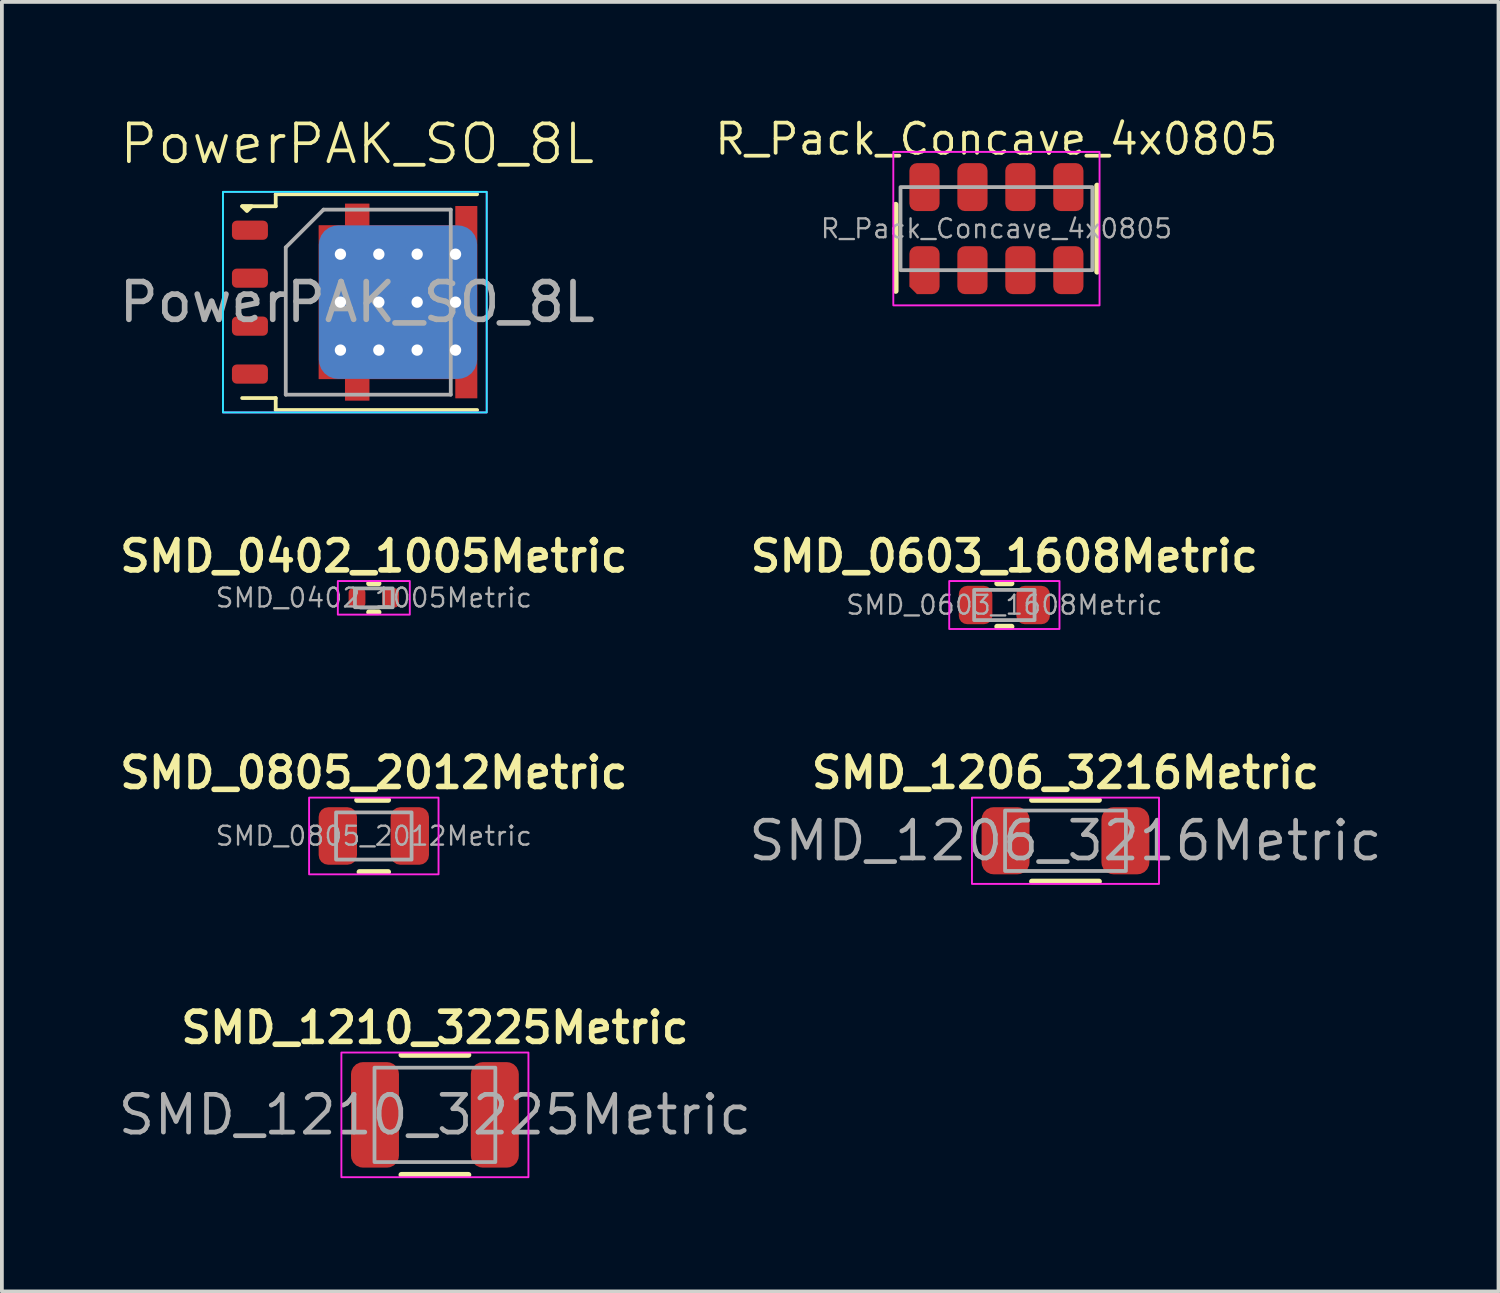
<source format=kicad_pcb>
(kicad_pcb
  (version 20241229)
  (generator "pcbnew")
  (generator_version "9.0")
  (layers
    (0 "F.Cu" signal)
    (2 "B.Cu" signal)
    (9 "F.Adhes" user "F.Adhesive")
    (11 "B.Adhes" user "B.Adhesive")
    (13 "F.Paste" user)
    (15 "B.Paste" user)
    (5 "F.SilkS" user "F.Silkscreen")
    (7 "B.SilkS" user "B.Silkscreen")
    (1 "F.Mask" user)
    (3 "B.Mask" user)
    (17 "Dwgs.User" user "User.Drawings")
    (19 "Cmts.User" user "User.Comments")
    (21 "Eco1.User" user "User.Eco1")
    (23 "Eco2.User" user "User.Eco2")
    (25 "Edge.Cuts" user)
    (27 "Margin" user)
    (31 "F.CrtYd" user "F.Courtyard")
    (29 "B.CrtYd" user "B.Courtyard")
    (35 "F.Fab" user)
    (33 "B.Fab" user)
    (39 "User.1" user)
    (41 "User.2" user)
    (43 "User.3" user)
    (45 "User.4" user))
  (footprint "SMD_0603_1608Metric"
    (layer "F.Cu")
    (at 23.549 12.973)
    (property "Reference" "SMD_0603_1608Metric" (at 0 -0.826 0) (unlocked yes) (layer "F.SilkS") (effects (font (size 0.8 0.8) (thickness 0.15)) (justify bottom)))
    (attr smd)
    (fp_line (start -0.191 -0.572) (end 0.191 -0.572) (stroke (width 0.15) (type default)) (layer "F.SilkS"))
    (fp_line (start -0.191 0.572) (end 0.191 0.572) (stroke (width 0.15) (type default)) (layer "F.SilkS"))
    (fp_rect (start -1.46 -0.635) (end 1.46 0.635) (stroke (width 0.05) (type default)) (fill no) (layer "F.CrtYd"))
    (fp_rect (start -0.8 -0.4) (end 0.8 0.4) (stroke (width 0.1) (type default)) (fill no) (layer "F.Fab"))
    (fp_text user "${REFERENCE}" (at 0 0 0) (unlocked yes) (layer "F.Fab") (effects (font (size 0.5 0.5) (thickness 0.062))))
    (pad "1" smd roundrect (at -0.762 0) (size 0.889 1.016) (layers "F.Cu" "F.Mask" "F.Paste") (roundrect_rratio 0.25))
    (pad "2" smd roundrect (at 0.762 0) (size 0.889 1.016) (layers "F.Cu" "F.Mask" "F.Paste") (roundrect_rratio 0.25)))
  (footprint "SMD_0402_1005Metric"
    (layer "F.Cu")
    (at 6.85 12.783)
    (property "Reference" "SMD_0402_1005Metric" (at 0 -0.635 0) (unlocked yes) (layer "F.SilkS") (effects (font (size 0.8 0.8) (thickness 0.15)) (justify bottom)))
    (attr smd)
    (fp_line (start 0.127 -0.381) (end -0.127 -0.381) (stroke (width 0.15) (type default)) (layer "F.SilkS"))
    (fp_line (start 0.127 0.381) (end -0.127 0.381) (stroke (width 0.15) (type default)) (layer "F.SilkS"))
    (fp_rect (start -0.953 -0.445) (end 0.953 0.445) (stroke (width 0.05) (type default)) (fill no) (layer "F.CrtYd"))
    (fp_rect (start -0.5 -0.25) (end 0.5 0.25) (stroke (width 0.1) (type default)) (fill no) (layer "F.Fab"))
    (fp_text user "${REFERENCE}" (at 0 0 0) (unlocked yes) (layer "F.Fab") (effects (font (size 0.5 0.5) (thickness 0.062))))
    (pad "1" smd roundrect (at -0.445 0) (size 0.445 0.508) (layers "F.Cu" "F.Mask" "F.Paste") (roundrect_rratio 0.25))
    (pad "2" smd roundrect (at 0.445 0) (size 0.445 0.508) (layers "F.Cu" "F.Mask" "F.Paste") (roundrect_rratio 0.25)))
  (footprint "SMD_1210_3225Metric"
    (layer "F.Cu")
    (at 8.468 26.476)
    (property "Reference" "SMD_1210_3225Metric" (at 0 -1.841 0) (unlocked yes) (layer "F.SilkS") (effects (font (size 0.8 0.8) (thickness 0.15)) (justify bottom)))
    (attr smd)
    (fp_line (start -0.889 -1.587) (end 0.889 -1.587) (stroke (width 0.15) (type default)) (layer "F.SilkS"))
    (fp_line (start -0.889 1.587) (end 0.889 1.587) (stroke (width 0.15) (type default)) (layer "F.SilkS"))
    (fp_rect (start -2.477 -1.651) (end 2.477 1.651) (stroke (width 0.05) (type default)) (fill no) (layer "F.CrtYd"))
    (fp_rect (start -1.6 -1.25) (end 1.6 1.25) (stroke (width 0.1) (type default)) (fill no) (layer "F.Fab"))
    (fp_text user "${REFERENCE}" (at 0 0 0) (unlocked yes) (layer "F.Fab") (effects (font (size 1 1) (thickness 0.125))))
    (pad "1" smd roundrect (at -1.587 0) (size 1.27 2.794) (layers "F.Cu" "F.Mask" "F.Paste") (roundrect_rratio 0.25))
    (pad "2" smd roundrect (at 1.587 0) (size 1.27 2.794) (layers "F.Cu" "F.Mask" "F.Paste") (roundrect_rratio 0.25)))
  (footprint "SMD_0805_2012Metric"
    (layer "F.Cu")
    (at 6.85 19.09)
    (property "Reference" "SMD_0805_2012Metric" (at 0 -1.206 0) (unlocked yes) (layer "F.SilkS") (effects (font (size 0.8 0.8) (thickness 0.15)) (justify bottom)))
    (attr smd)
    (fp_line (start -0.445 -0.953) (end 0.381 -0.953) (stroke (width 0.15) (type default)) (layer "F.SilkS"))
    (fp_line (start -0.381 0.953) (end 0.381 0.953) (stroke (width 0.15) (type default)) (layer "F.SilkS"))
    (fp_rect (start -1.714 -1.016) (end 1.714 1.016) (stroke (width 0.05) (type default)) (fill no) (layer "F.CrtYd"))
    (fp_rect (start -1 -0.625) (end 1 0.625) (stroke (width 0.1) (type default)) (fill no) (layer "F.Fab"))
    (fp_text user "${REFERENCE}" (at 0 0 0) (unlocked yes) (layer "F.Fab") (effects (font (size 0.5 0.5) (thickness 0.062))))
    (pad "1" smd roundrect (at -0.953 0) (size 1.016 1.524) (layers "F.Cu" "F.Mask" "F.Paste") (roundrect_rratio 0.25))
    (pad "2" smd roundrect (at 0.953 0) (size 1.016 1.524) (layers "F.Cu" "F.Mask" "F.Paste") (roundrect_rratio 0.25)))
  (footprint "R_Pack_Concave_4x0805"
    (layer "F.Cu")
    (at 23.339 3.005)
    (property "Reference" "R_Pack_Concave_4x0805" (at 0 -1.905 0) (layer "F.SilkS") (effects (font (size 0.8 0.8) (thickness 0.1)) (justify bottom)))
    (attr smd)
    (fp_line (start -2.667 -0.635) (end -2.667 1.651) (stroke (width 0.15) (type default)) (layer "F.SilkS"))
    (fp_line (start 2.667 -1.143) (end 2.667 1.143) (stroke (width 0.15) (type default)) (layer "F.SilkS"))
    (fp_rect (start -2.731 -2.032) (end 2.731 2.032) (stroke (width 0.05) (type default)) (fill no) (layer "F.CrtYd"))
    (fp_rect (start -2.54 -1.1) (end 2.54 1.1) (stroke (width 0.1) (type default)) (fill no) (layer "F.Fab"))
    (fp_text user "${REFERENCE}" (at 0 0 0) (layer "F.Fab") (effects (font (size 0.5 0.5) (thickness 0.062))))
    (pad "1" smd roundrect (at -1.905 1.1) (size 0.8 1.27) (layers "F.Cu" "F.Mask" "F.Paste") (roundrect_rratio 0.25) (chamfer_ratio 0.25) (chamfer bottom_left))
    (pad "2" smd roundrect (at -0.635 1.1) (size 0.8 1.27) (layers "F.Cu" "F.Mask" "F.Paste") (roundrect_rratio 0.25))
    (pad "3" smd roundrect (at 0.635 1.1) (size 0.8 1.27) (layers "F.Cu" "F.Mask" "F.Paste") (roundrect_rratio 0.25))
    (pad "4" smd roundrect (at 1.905 1.1) (size 0.8 1.27) (layers "F.Cu" "F.Mask" "F.Paste") (roundrect_rratio 0.25))
    (pad "5" smd roundrect (at 1.905 -1.1) (size 0.8 1.27) (layers "F.Cu" "F.Mask" "F.Paste") (roundrect_rratio 0.25))
    (pad "6" smd roundrect (at 0.635 -1.1) (size 0.8 1.27) (layers "F.Cu" "F.Mask" "F.Paste") (roundrect_rratio 0.25))
    (pad "7" smd roundrect (at -0.635 -1.1) (size 0.8 1.27) (layers "F.Cu" "F.Mask" "F.Paste") (roundrect_rratio 0.25))
    (pad "8" smd roundrect (at -1.905 -1.1) (size 0.8 1.27) (layers "F.Cu" "F.Mask" "F.Paste") (roundrect_rratio 0.25)))
  (footprint "PowerPAK_SO_8L"
    (layer "F.Cu")
    (at 6.411 4.952)
    (property "Reference" "PowerPAK_SO_8L" (at 0 -4.191 0) (unlocked yes) (layer "F.SilkS") (effects (font (size 1 1) (thickness 0.1))))
    (attr smd)
    (fp_line (start -2.159 -2.857) (end -2.159 -2.54) (stroke (width 0.1) (type default)) (layer "F.SilkS"))
    (fp_line (start -2.159 -2.54) (end -3.048 -2.54) (stroke (width 0.1) (type default)) (layer "F.SilkS"))
    (fp_line (start -2.159 2.54) (end -3.048 2.54) (stroke (width 0.1) (type default)) (layer "F.SilkS"))
    (fp_line (start -2.159 2.857) (end -2.159 2.54) (stroke (width 0.1) (type default)) (layer "F.SilkS"))
    (fp_line (start 3.175 -2.857) (end -2.159 -2.857) (stroke (width 0.1) (type default)) (layer "F.SilkS"))
    (fp_line (start 3.175 2.857) (end -2.159 2.857) (stroke (width 0.1) (type default)) (layer "F.SilkS"))
    (fp_poly (pts (xy -3.048 -2.54) (xy -2.794 -2.54) (xy -2.921 -2.413)) (stroke (width 0.1) (type solid)) (fill yes) (layer "F.SilkS"))
    (fp_rect (start -3.556 -2.921) (end 3.429 2.921) (stroke (width 0.05) (type default)) (fill no) (layer "B.CrtYd"))
    (fp_rect (start -3.556 -2.921) (end 3.429 2.921) (stroke (width 0.05) (type default)) (fill no) (layer "F.CrtYd"))
    (fp_line (start -1.893 2.45) (end -1.893 -1.45) (stroke (width 0.1) (type default)) (layer "F.Fab"))
    (fp_line (start -0.893 -2.45) (end -1.893 -1.45) (stroke (width 0.1) (type default)) (layer "F.Fab"))
    (fp_line (start 2.477 -2.45) (end -0.893 -2.45) (stroke (width 0.1) (type default)) (layer "F.Fab"))
    (fp_line (start 2.477 -2.45) (end 2.477 2.45) (stroke (width 0.1) (type default)) (layer "F.Fab"))
    (fp_line (start 2.477 2.45) (end -1.893 2.45) (stroke (width 0.1) (type default)) (layer "F.Fab"))
    (fp_text user "${REFERENCE}" (at 0 0 0) (unlocked yes) (layer "F.Fab") (effects (font (size 1 1) (thickness 0.15))))
    (pad "1" smd roundrect (at -2.842 -1.905 90) (size 0.508 0.953) (layers "F.Cu" "F.Mask" "F.Paste") (roundrect_rratio 0.25))
    (pad "2" smd roundrect (at -2.842 -0.635 90) (size 0.508 0.953) (layers "F.Cu" "F.Mask" "F.Paste") (roundrect_rratio 0.25))
    (pad "3" smd roundrect (at -2.842 0.635 90) (size 0.508 0.953) (layers "F.Cu" "F.Mask" "F.Paste") (roundrect_rratio 0.25))
    (pad "4" smd roundrect (at -2.842 1.905 90) (size 0.508 0.953) (layers "F.Cu" "F.Mask" "F.Paste") (roundrect_rratio 0.25))
    (pad "5" thru_hole circle (at -0.445 -1.27) (size 0.635 0.635) (drill 0.3) (property pad_prop_heatsink) (layers "*.Cu"))
    (pad "5" thru_hole circle (at -0.445 0) (size 0.635 0.635) (drill 0.3) (property pad_prop_heatsink) (layers "*.Cu"))
    (pad "5" thru_hole circle (at -0.445 1.27) (size 0.635 0.635) (drill 0.3) (property pad_prop_heatsink) (layers "*.Cu"))
    (pad "5" smd roundrect (at 0.064 -1.079) (size 1.714 1.841) (layers "F.Cu" "F.Paste") (roundrect_rratio 0.111))
    (pad "5" smd roundrect (at 0.064 1.079) (size 1.714 1.841) (layers "F.Cu" "F.Paste") (roundrect_rratio 0.111))
    (pad "5" thru_hole circle (at 0.572 -1.27) (size 0.635 0.635) (drill 0.3) (property pad_prop_heatsink) (layers "*.Cu"))
    (pad "5" thru_hole circle (at 0.572 0) (size 0.635 0.635) (drill 0.3) (property pad_prop_heatsink) (layers "*.Cu"))
    (pad "5" thru_hole circle (at 0.572 1.27) (size 0.635 0.635) (drill 0.3) (property pad_prop_heatsink) (layers "*.Cu"))
    (pad "5" smd roundrect (at 1.079 0) (size 4.191 4.064) (property pad_prop_heatsink) (layers "B.Cu") (roundrect_rratio 0.125))
    (pad "5" smd custom (at 1.079 0) (size 4.191 4.064) (layers "F.Cu" "F.Mask") (options (anchor rect)) (primitives (gr_poly (pts (xy 2.095 -2.54) (xy 2.095 2.54) (xy 1.524 2.54) (xy 1.524 2.032) (xy -0.762 2.032) (xy -0.762 2.603) (xy -1.397 2.603) (xy -1.397 2.032) (xy -2.095 2.032) (xy -2.095 -2.032) (xy -1.397 -2.032) (xy -1.397 -2.603) (xy -0.762 -2.603) (xy -0.762 -2.032) (xy 1.524 -2.032) (xy 1.524 -2.54)) (width 0.013) (fill yes))))
    (pad "5" thru_hole circle (at 1.587 -1.27) (size 0.635 0.635) (drill 0.3) (property pad_prop_heatsink) (layers "*.Cu"))
    (pad "5" thru_hole circle (at 1.587 0) (size 0.635 0.635) (drill 0.3) (property pad_prop_heatsink) (layers "*.Cu"))
    (pad "5" thru_hole circle (at 1.587 1.27) (size 0.635 0.635) (drill 0.3) (property pad_prop_heatsink) (layers "*.Cu"))
    (pad "5" smd roundrect (at 2.095 -1.079) (size 1.714 1.841) (layers "F.Cu" "F.Paste") (roundrect_rratio 0.111))
    (pad "5" smd roundrect (at 2.095 1.079) (size 1.714 1.841) (layers "F.Cu" "F.Paste") (roundrect_rratio 0.111))
    (pad "5" thru_hole circle (at 2.603 -1.27) (size 0.635 0.635) (drill 0.3) (property pad_prop_heatsink) (layers "*.Cu"))
    (pad "5" thru_hole circle (at 2.603 0) (size 0.635 0.635) (drill 0.3) (property pad_prop_heatsink) (layers "*.Cu"))
    (pad "5" thru_hole circle (at 2.603 1.27) (size 0.635 0.635) (drill 0.3) (property pad_prop_heatsink) (layers "*.Cu")))
  (footprint "SMD_1206_3216Metric"
    (layer "F.Cu")
    (at 25.168 19.216)
    (property "Reference" "SMD_1206_3216Metric" (at 0 -1.333 0) (unlocked yes) (layer "F.SilkS") (effects (font (size 0.8 0.8) (thickness 0.15)) (justify bottom)))
    (attr smd)
    (fp_line (start -0.889 -1.079) (end 0.889 -1.079) (stroke (width 0.15) (type default)) (layer "F.SilkS"))
    (fp_line (start -0.889 1.079) (end 0.889 1.079) (stroke (width 0.15) (type default)) (layer "F.SilkS"))
    (fp_rect (start -2.477 -1.143) (end 2.477 1.143) (stroke (width 0.05) (type default)) (fill no) (layer "F.CrtYd"))
    (fp_rect (start -1.6 -0.8) (end 1.6 0.8) (stroke (width 0.1) (type default)) (fill no) (layer "F.Fab"))
    (fp_text user "${REFERENCE}" (at 0 0 0) (unlocked yes) (layer "F.Fab") (effects (font (size 1 1) (thickness 0.125))))
    (pad "1" smd roundrect (at -1.587 0) (size 1.27 1.778) (layers "F.Cu" "F.Mask" "F.Paste") (roundrect_rratio 0.25))
    (pad "2" smd roundrect (at 1.587 0) (size 1.27 1.778) (layers "F.Cu" "F.Mask" "F.Paste") (roundrect_rratio 0.25)))
  (gr_rect
    (start -3 -3)
    (end 36.636 31.152)
    (stroke (width 0.1) (type default))
    (fill no)
    (layer "Edge.Cuts")))
</source>
